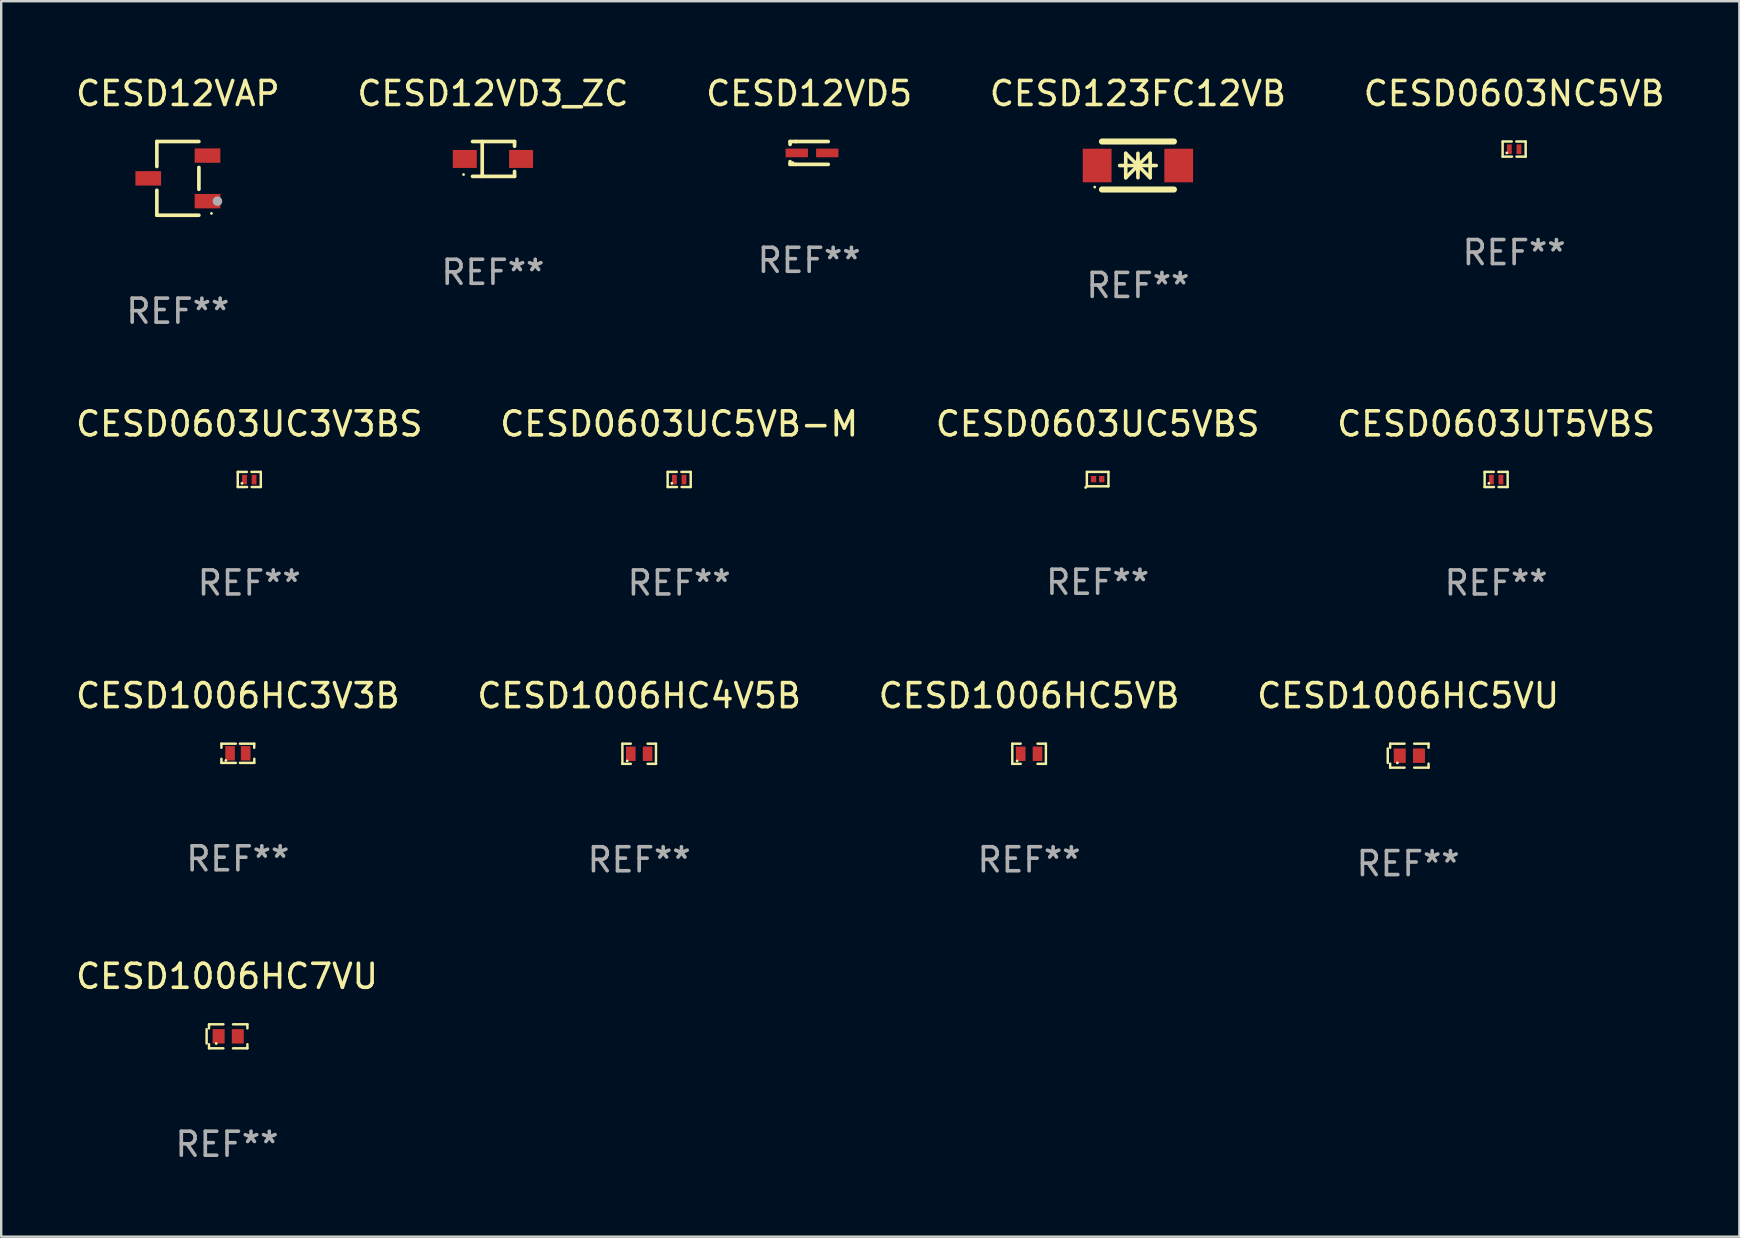
<source format=kicad_pcb>
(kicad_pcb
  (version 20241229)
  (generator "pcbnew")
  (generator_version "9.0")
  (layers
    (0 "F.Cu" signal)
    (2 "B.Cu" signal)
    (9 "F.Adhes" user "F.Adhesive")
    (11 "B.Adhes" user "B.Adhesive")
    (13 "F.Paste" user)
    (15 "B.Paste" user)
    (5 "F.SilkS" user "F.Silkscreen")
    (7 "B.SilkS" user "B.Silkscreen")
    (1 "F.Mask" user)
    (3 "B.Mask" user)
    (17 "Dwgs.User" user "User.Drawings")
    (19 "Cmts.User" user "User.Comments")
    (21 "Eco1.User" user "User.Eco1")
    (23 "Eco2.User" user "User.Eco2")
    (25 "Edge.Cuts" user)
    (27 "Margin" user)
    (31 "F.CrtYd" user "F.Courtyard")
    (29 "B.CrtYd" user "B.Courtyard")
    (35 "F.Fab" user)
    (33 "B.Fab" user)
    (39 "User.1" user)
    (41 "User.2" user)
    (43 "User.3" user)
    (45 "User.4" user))
  (footprint "CESD12VAP"
    (layer "F.Cu")
    (at 4.363 4.384)
    (property "Reference" "CESD12VAP" (at 0 -3.536 0) (layer "F.SilkS") (effects (font (size 1 1) (thickness 0.15))))
    (attr through_hole)
    (fp_line (start -0.876 -1.536) (end -0.876 -0.495) (stroke (width 0.152) (type solid)) (layer "F.SilkS"))
    (fp_line (start -0.876 1.536) (end -0.876 0.495) (stroke (width 0.152) (type solid)) (layer "F.SilkS"))
    (fp_line (start 0.876 -1.536) (end -0.876 -1.536) (stroke (width 0.152) (type solid)) (layer "F.SilkS"))
    (fp_line (start 0.876 -0.455) (end 0.876 0.455) (stroke (width 0.152) (type solid)) (layer "F.SilkS"))
    (fp_line (start 0.876 1.536) (end -0.876 1.536) (stroke (width 0.152) (type solid)) (layer "F.SilkS"))
    (fp_circle (center 1.4 1.46) (end 1.43 1.46) (stroke (width 0.06) (type solid)) (fill no) (layer "F.SilkS"))
    (fp_circle (center 1.651 0.95) (end 1.751 0.95) (stroke (width 0.2) (type solid)) (fill no) (layer "F.Fab"))
    (fp_text user "REF**" (at 0 5.536 0) (layer "F.Fab") (effects (font (size 1 1) (thickness 0.15))))
    (pad "1" smd rect (at 1.235 0.95) (size 1.07 0.6) (layers "F.Cu" "F.Mask" "F.Paste"))
    (pad "2" smd rect (at 1.235 -0.95) (size 1.07 0.6) (layers "F.Cu" "F.Mask" "F.Paste"))
    (pad "3" smd rect (at -1.235 0) (size 1.07 0.6) (layers "F.Cu" "F.Mask" "F.Paste")))
  (footprint "CESD1006HC7VU"
    (layer "F.Cu")
    (at 6.411 40.14)
    (property "Reference" "CESD1006HC7VU" (at 0 -2.5 0) (layer "F.SilkS") (effects (font (size 1 1) (thickness 0.15))))
    (attr through_hole)
    (fp_line (start -0.85 -0.3) (end -0.85 0.3) (stroke (width 0.102) (type solid)) (layer "F.SilkS"))
    (fp_line (start -0.75 -0.5) (end -0.75 -0.329) (stroke (width 0.102) (type solid)) (layer "F.SilkS"))
    (fp_line (start -0.75 0.329) (end -0.75 0.5) (stroke (width 0.102) (type solid)) (layer "F.SilkS"))
    (fp_line (start -0.75 0.5) (end -0.15 0.5) (stroke (width 0.102) (type solid)) (layer "F.SilkS"))
    (fp_line (start -0.15 -0.5) (end -0.75 -0.5) (stroke (width 0.102) (type solid)) (layer "F.SilkS"))
    (fp_line (start 0.25 -0.5) (end 0.85 -0.5) (stroke (width 0.102) (type solid)) (layer "F.SilkS"))
    (fp_line (start 0.85 -0.5) (end 0.85 -0.33) (stroke (width 0.102) (type solid)) (layer "F.SilkS"))
    (fp_line (start 0.85 0.33) (end 0.85 0.5) (stroke (width 0.102) (type solid)) (layer "F.SilkS"))
    (fp_line (start 0.85 0.5) (end 0.25 0.5) (stroke (width 0.102) (type solid)) (layer "F.SilkS"))
    (fp_circle (center -0.45 0.3) (end -0.42 0.3) (stroke (width 0.06) (type solid)) (fill no) (layer "F.SilkS"))
    (fp_text user "REF**" (at 0 4.5 0) (layer "F.Fab") (effects (font (size 1 1) (thickness 0.15))))
    (pad "1" smd rect (at -0.35 0) (size 0.5 0.6) (layers "F.Cu" "F.Mask" "F.Paste"))
    (pad "2" smd rect (at 0.45 0) (size 0.5 0.6) (layers "F.Cu" "F.Mask" "F.Paste")))
  (footprint "CESD0603UC5VBS"
    (layer "F.Cu")
    (at 42.696 16.917)
    (property "Reference" "CESD0603UC5VBS" (at 0 -2.3 0) (layer "F.SilkS") (effects (font (size 1 1) (thickness 0.15))))
    (attr through_hole)
    (fp_line (start -0.45 -0.3) (end 0.45 -0.3) (stroke (width 0.102) (type solid)) (layer "F.SilkS"))
    (fp_line (start -0.45 0.3) (end -0.45 -0.3) (stroke (width 0.102) (type solid)) (layer "F.SilkS"))
    (fp_line (start 0.45 -0.3) (end 0.45 0.3) (stroke (width 0.102) (type solid)) (layer "F.SilkS"))
    (fp_line (start 0.45 0.3) (end -0.45 0.3) (stroke (width 0.102) (type solid)) (layer "F.SilkS"))
    (fp_circle (center -0.501 0.351) (end -0.471 0.351) (stroke (width 0.06) (type solid)) (fill no) (layer "F.SilkS"))
    (fp_text user "REF**" (at 0 4.3 0) (layer "F.Fab") (effects (font (size 1 1) (thickness 0.15))))
    (pad "1" smd rect (at -0.17 0 90) (size 0.26 0.22) (layers "F.Cu" "F.Mask" "F.Paste"))
    (pad "2" smd rect (at 0.17 0 90) (size 0.26 0.22) (layers "F.Cu" "F.Mask" "F.Paste")))
  (footprint "CESD1006HC4V5B"
    (layer "F.Cu")
    (at 23.589 28.364)
    (property "Reference" "CESD1006HC4V5B" (at 0 -2.42 0) (layer "F.SilkS") (effects (font (size 1 1) (thickness 0.15))))
    (attr through_hole)
    (fp_line (start -0.7 -0.42) (end -0.7 0.42) (stroke (width 0.102) (type solid)) (layer "F.SilkS"))
    (fp_line (start -0.7 0.42) (end -0.35 0.42) (stroke (width 0.102) (type solid)) (layer "F.SilkS"))
    (fp_line (start -0.35 -0.42) (end -0.7 -0.42) (stroke (width 0.102) (type solid)) (layer "F.SilkS"))
    (fp_line (start 0.35 0.42) (end 0.7 0.42) (stroke (width 0.102) (type solid)) (layer "F.SilkS"))
    (fp_line (start 0.7 -0.42) (end 0.35 -0.42) (stroke (width 0.102) (type solid)) (layer "F.SilkS"))
    (fp_line (start 0.7 0.42) (end 0.7 -0.42) (stroke (width 0.102) (type solid)) (layer "F.SilkS"))
    (fp_circle (center -0.5 0.3) (end -0.47 0.3) (stroke (width 0.06) (type solid)) (fill no) (layer "F.SilkS"))
    (fp_text user "REF**" (at 0 4.42 0) (layer "F.Fab") (effects (font (size 1 1) (thickness 0.15))))
    (pad "1" smd rect (at -0.35 0) (size 0.4 0.6) (layers "F.Cu" "F.Mask" "F.Paste"))
    (pad "2" smd rect (at 0.35 0) (size 0.4 0.6) (layers "F.Cu" "F.Mask" "F.Paste")))
  (footprint "CESD1006HC5VU"
    (layer "F.Cu")
    (at 55.637 28.444)
    (property "Reference" "CESD1006HC5VU" (at 0 -2.5 0) (layer "F.SilkS") (effects (font (size 1 1) (thickness 0.15))))
    (attr through_hole)
    (fp_line (start -0.85 -0.3) (end -0.85 0.3) (stroke (width 0.102) (type solid)) (layer "F.SilkS"))
    (fp_line (start -0.75 -0.5) (end -0.75 -0.329) (stroke (width 0.102) (type solid)) (layer "F.SilkS"))
    (fp_line (start -0.75 0.329) (end -0.75 0.5) (stroke (width 0.102) (type solid)) (layer "F.SilkS"))
    (fp_line (start -0.75 0.5) (end -0.15 0.5) (stroke (width 0.102) (type solid)) (layer "F.SilkS"))
    (fp_line (start -0.15 -0.5) (end -0.75 -0.5) (stroke (width 0.102) (type solid)) (layer "F.SilkS"))
    (fp_line (start 0.25 -0.5) (end 0.85 -0.5) (stroke (width 0.102) (type solid)) (layer "F.SilkS"))
    (fp_line (start 0.85 -0.5) (end 0.85 -0.33) (stroke (width 0.102) (type solid)) (layer "F.SilkS"))
    (fp_line (start 0.85 0.33) (end 0.85 0.5) (stroke (width 0.102) (type solid)) (layer "F.SilkS"))
    (fp_line (start 0.85 0.5) (end 0.25 0.5) (stroke (width 0.102) (type solid)) (layer "F.SilkS"))
    (fp_circle (center -0.45 0.3) (end -0.42 0.3) (stroke (width 0.06) (type solid)) (fill no) (layer "F.SilkS"))
    (fp_text user "REF**" (at 0 4.5 0) (layer "F.Fab") (effects (font (size 1 1) (thickness 0.15))))
    (pad "1" smd rect (at -0.35 0) (size 0.5 0.6) (layers "F.Cu" "F.Mask" "F.Paste"))
    (pad "2" smd rect (at 0.45 0) (size 0.5 0.6) (layers "F.Cu" "F.Mask" "F.Paste")))
  (footprint "CESD1006HC5VB"
    (layer "F.Cu")
    (at 39.839 28.364)
    (property "Reference" "CESD1006HC5VB" (at 0 -2.42 0) (layer "F.SilkS") (effects (font (size 1 1) (thickness 0.15))))
    (attr through_hole)
    (fp_line (start -0.7 -0.42) (end -0.7 0.42) (stroke (width 0.102) (type solid)) (layer "F.SilkS"))
    (fp_line (start -0.7 0.42) (end -0.35 0.42) (stroke (width 0.102) (type solid)) (layer "F.SilkS"))
    (fp_line (start -0.35 -0.42) (end -0.7 -0.42) (stroke (width 0.102) (type solid)) (layer "F.SilkS"))
    (fp_line (start 0.35 0.42) (end 0.7 0.42) (stroke (width 0.102) (type solid)) (layer "F.SilkS"))
    (fp_line (start 0.7 -0.42) (end 0.35 -0.42) (stroke (width 0.102) (type solid)) (layer "F.SilkS"))
    (fp_line (start 0.7 0.42) (end 0.7 -0.42) (stroke (width 0.102) (type solid)) (layer "F.SilkS"))
    (fp_circle (center -0.5 0.3) (end -0.47 0.3) (stroke (width 0.06) (type solid)) (fill no) (layer "F.SilkS"))
    (fp_text user "REF**" (at 0 4.42 0) (layer "F.Fab") (effects (font (size 1 1) (thickness 0.15))))
    (pad "1" smd rect (at -0.35 0) (size 0.4 0.6) (layers "F.Cu" "F.Mask" "F.Paste"))
    (pad "2" smd rect (at 0.35 0) (size 0.4 0.6) (layers "F.Cu" "F.Mask" "F.Paste")))
  (footprint "CESD0603UC5VB-M"
    (layer "F.Cu")
    (at 25.256 16.932)
    (property "Reference" "CESD0603UC5VB-M" (at 0 -2.315 0) (layer "F.SilkS") (effects (font (size 1 1) (thickness 0.15))))
    (attr through_hole)
    (fp_line (start -0.48 -0.315) (end -0.48 0.315) (stroke (width 0.102) (type solid)) (layer "F.SilkS"))
    (fp_line (start -0.48 0.315) (end -0.09 0.315) (stroke (width 0.102) (type solid)) (layer "F.SilkS"))
    (fp_line (start -0.48 -0.315) (end -0.1 -0.315) (stroke (width 0.102) (type solid)) (layer "F.SilkS"))
    (fp_line (start 0.48 0.315) (end 0.1 0.315) (stroke (width 0.102) (type solid)) (layer "F.SilkS"))
    (fp_line (start 0.48 -0.315) (end 0.09 -0.315) (stroke (width 0.102) (type solid)) (layer "F.SilkS"))
    (fp_line (start 0.48 0.315) (end 0.48 -0.315) (stroke (width 0.102) (type solid)) (layer "F.SilkS"))
    (fp_circle (center -0.305 0.16) (end -0.275 0.16) (stroke (width 0.06) (type solid)) (fill no) (layer "F.SilkS"))
    (fp_text user "REF**" (at 0 4.315 0) (layer "F.Fab") (effects (font (size 1 1) (thickness 0.15))))
    (pad "1" smd rect (at -0.2 0.005) (size 0.2 0.4) (layers "F.Cu" "F.Mask" "F.Paste"))
    (pad "2" smd rect (at 0.2 0.005) (size 0.2 0.4) (layers "F.Cu" "F.Mask" "F.Paste")))
  (footprint "CESD0603UT5VBS"
    (layer "F.Cu")
    (at 59.304 16.932)
    (property "Reference" "CESD0603UT5VBS" (at 0 -2.315 0) (layer "F.SilkS") (effects (font (size 1 1) (thickness 0.15))))
    (attr through_hole)
    (fp_line (start -0.48 -0.315) (end -0.48 0.315) (stroke (width 0.102) (type solid)) (layer "F.SilkS"))
    (fp_line (start -0.48 0.315) (end -0.09 0.315) (stroke (width 0.102) (type solid)) (layer "F.SilkS"))
    (fp_line (start -0.48 -0.315) (end -0.1 -0.315) (stroke (width 0.102) (type solid)) (layer "F.SilkS"))
    (fp_line (start 0.48 0.315) (end 0.1 0.315) (stroke (width 0.102) (type solid)) (layer "F.SilkS"))
    (fp_line (start 0.48 -0.315) (end 0.09 -0.315) (stroke (width 0.102) (type solid)) (layer "F.SilkS"))
    (fp_line (start 0.48 0.315) (end 0.48 -0.315) (stroke (width 0.102) (type solid)) (layer "F.SilkS"))
    (fp_circle (center -0.305 0.16) (end -0.275 0.16) (stroke (width 0.06) (type solid)) (fill no) (layer "F.SilkS"))
    (fp_text user "REF**" (at 0 4.315 0) (layer "F.Fab") (effects (font (size 1 1) (thickness 0.15))))
    (pad "1" smd rect (at -0.2 0.005) (size 0.2 0.4) (layers "F.Cu" "F.Mask" "F.Paste"))
    (pad "2" smd rect (at 0.2 0.005) (size 0.2 0.4) (layers "F.Cu" "F.Mask" "F.Paste")))
  (footprint "CESD12VD3_ZC"
    (layer "F.Cu")
    (at 17.494 3.574)
    (property "Reference" "CESD12VD3_ZC" (at 0 -2.726 0) (layer "F.SilkS") (effects (font (size 1 1) (thickness 0.15))))
    (attr through_hole)
    (fp_line (start -0.851 -0.726) (end 0.901 -0.726) (stroke (width 0.152) (type solid)) (layer "F.SilkS"))
    (fp_line (start -0.851 0.726) (end 0.901 0.726) (stroke (width 0.152) (type solid)) (layer "F.SilkS"))
    (fp_line (start -0.447 -0.726) (end -0.447 0.726) (stroke (width 0.152) (type solid)) (layer "F.SilkS"))
    (fp_line (start 0.901 -0.726) (end 0.901 -0.53) (stroke (width 0.152) (type solid)) (layer "F.SilkS"))
    (fp_line (start 0.901 0.726) (end 0.901 0.52) (stroke (width 0.152) (type solid)) (layer "F.SilkS"))
    (fp_circle (center -1.225 0.65) (end -1.195 0.65) (stroke (width 0.06) (type solid)) (fill no) (layer "F.SilkS"))
    (fp_text user "REF**" (at 0 4.726 0) (layer "F.Fab") (effects (font (size 1 1) (thickness 0.15))))
    (pad "1" smd rect (at -1.173 0) (size 1 0.75) (layers "F.Cu" "F.Mask" "F.Paste"))
    (pad "2" smd rect (at 1.173 0) (size 1 0.75) (layers "F.Cu" "F.Mask" "F.Paste")))
  (footprint "CESD123FC12VB"
    (layer "F.Cu")
    (at 44.375 3.848)
    (property "Reference" "CESD123FC12VB" (at 0 -3 0) (layer "F.SilkS") (effects (font (size 1 1) (thickness 0.15))))
    (attr through_hole)
    (fp_line (start -1.5 -1) (end 1.5 -1) (stroke (width 0.254) (type solid)) (layer "F.SilkS"))
    (fp_line (start -1.5 1) (end 1.5 1) (stroke (width 0.254) (type solid)) (layer "F.SilkS"))
    (fp_line (start -0.762 0) (end 0.762 0) (stroke (width 0.15) (type solid)) (layer "F.SilkS"))
    (fp_line (start -0.508 -0.508) (end -0.508 0.508) (stroke (width 0.15) (type solid)) (layer "F.SilkS"))
    (fp_line (start 0 -0.508) (end 0 0.508) (stroke (width 0.15) (type solid)) (layer "F.SilkS"))
    (fp_line (start 0 0) (end -0.508 -0.508) (stroke (width 0.15) (type solid)) (layer "F.SilkS"))
    (fp_line (start 0 0) (end -0.508 0.508) (stroke (width 0.15) (type solid)) (layer "F.SilkS"))
    (fp_line (start 0 0) (end 0.508 -0.508) (stroke (width 0.15) (type solid)) (layer "F.SilkS"))
    (fp_line (start 0 0) (end 0.508 0.508) (stroke (width 0.15) (type solid)) (layer "F.SilkS"))
    (fp_line (start 0 0.254) (end 0 -0.254) (stroke (width 0.15) (type solid)) (layer "F.SilkS"))
    (fp_line (start 0.508 0.508) (end 0.508 -0.508) (stroke (width 0.15) (type solid)) (layer "F.SilkS"))
    (fp_circle (center -1.8 0.9) (end -1.77 0.9) (stroke (width 0.06) (type solid)) (fill no) (layer "F.SilkS"))
    (fp_text user "REF**" (at 0 5 0) (layer "F.Fab") (effects (font (size 1 1) (thickness 0.15))))
    (pad "1" smd rect (at -1.7 0) (size 1.2 1.4) (layers "F.Cu" "F.Mask" "F.Paste"))
    (pad "2" smd rect (at 1.7 0) (size 1.2 1.4) (layers "F.Cu" "F.Mask" "F.Paste")))
  (footprint "CESD12VD5"
    (layer "F.Cu")
    (at 30.673 3.324)
    (property "Reference" "CESD12VD5" (at 0 -2.476 0) (layer "F.SilkS") (effects (font (size 1 1) (thickness 0.15))))
    (attr through_hole)
    (fp_line (start -0.795 -0.476) (end -0.795 -0.356) (stroke (width 0.152) (type solid)) (layer "F.SilkS"))
    (fp_line (start -0.795 0.363) (end -0.795 0.476) (stroke (width 0.152) (type solid)) (layer "F.SilkS"))
    (fp_line (start -0.795 0.476) (end -0.557 0.476) (stroke (width 0.152) (type solid)) (layer "F.SilkS"))
    (fp_line (start -0.557 -0.476) (end -0.795 -0.476) (stroke (width 0.152) (type solid)) (layer "F.SilkS"))
    (fp_line (start -0.557 -0.476) (end 0.795 -0.476) (stroke (width 0.152) (type solid)) (layer "F.SilkS"))
    (fp_line (start -0.557 0.476) (end 0.795 0.476) (stroke (width 0.152) (type solid)) (layer "F.SilkS"))
    (fp_circle (center -0.681 0.4) (end -0.651 0.4) (stroke (width 0.06) (type solid)) (fill no) (layer "F.SilkS"))
    (fp_text user "REF**" (at 0 4.476 0) (layer "F.Fab") (effects (font (size 1 1) (thickness 0.15))))
    (pad "1" smd rect (at -0.516 0 180) (size 0.93 0.36) (layers "F.Cu" "F.Mask" "F.Paste"))
    (pad "2" smd rect (at 0.754 0 180) (size 0.93 0.36) (layers "F.Cu" "F.Mask" "F.Paste")))
  (footprint "CESD0603NC5VB"
    (layer "F.Cu")
    (at 60.054 3.163)
    (property "Reference" "CESD0603NC5VB" (at 0 -2.315 0) (layer "F.SilkS") (effects (font (size 1 1) (thickness 0.15))))
    (attr through_hole)
    (fp_line (start -0.48 -0.315) (end -0.48 0.315) (stroke (width 0.102) (type solid)) (layer "F.SilkS"))
    (fp_line (start -0.48 0.315) (end -0.09 0.315) (stroke (width 0.102) (type solid)) (layer "F.SilkS"))
    (fp_line (start -0.48 -0.315) (end -0.1 -0.315) (stroke (width 0.102) (type solid)) (layer "F.SilkS"))
    (fp_line (start 0.48 0.315) (end 0.1 0.315) (stroke (width 0.102) (type solid)) (layer "F.SilkS"))
    (fp_line (start 0.48 -0.315) (end 0.09 -0.315) (stroke (width 0.102) (type solid)) (layer "F.SilkS"))
    (fp_line (start 0.48 0.315) (end 0.48 -0.315) (stroke (width 0.102) (type solid)) (layer "F.SilkS"))
    (fp_circle (center -0.305 0.16) (end -0.275 0.16) (stroke (width 0.06) (type solid)) (fill no) (layer "F.SilkS"))
    (fp_text user "REF**" (at 0 4.315 0) (layer "F.Fab") (effects (font (size 1 1) (thickness 0.15))))
    (pad "1" smd rect (at -0.2 0.005) (size 0.2 0.4) (layers "F.Cu" "F.Mask" "F.Paste"))
    (pad "2" smd rect (at 0.2 0.005) (size 0.2 0.4) (layers "F.Cu" "F.Mask" "F.Paste")))
  (footprint "CESD1006HC3V3B"
    (layer "F.Cu")
    (at 6.863 28.344)
    (property "Reference" "CESD1006HC3V3B" (at 0 -2.4 0) (layer "F.SilkS") (effects (font (size 1 1) (thickness 0.15))))
    (attr through_hole)
    (fp_line (start -0.685 -0.4) (end -0.685 -0.23) (stroke (width 0.102) (type solid)) (layer "F.SilkS"))
    (fp_line (start -0.685 0.4) (end -0.685 0.23) (stroke (width 0.102) (type solid)) (layer "F.SilkS"))
    (fp_line (start -0.085 -0.4) (end -0.685 -0.4) (stroke (width 0.102) (type solid)) (layer "F.SilkS"))
    (fp_line (start -0.085 0.4) (end -0.685 0.4) (stroke (width 0.102) (type solid)) (layer "F.SilkS"))
    (fp_line (start 0.082 -0.4) (end 0.682 -0.4) (stroke (width 0.102) (type solid)) (layer "F.SilkS"))
    (fp_line (start 0.085 0.4) (end 0.685 0.4) (stroke (width 0.102) (type solid)) (layer "F.SilkS"))
    (fp_line (start 0.682 -0.4) (end 0.682 -0.23) (stroke (width 0.102) (type solid)) (layer "F.SilkS"))
    (fp_line (start 0.685 0.4) (end 0.685 0.23) (stroke (width 0.102) (type solid)) (layer "F.SilkS"))
    (fp_circle (center -0.5 0.3) (end -0.47 0.3) (stroke (width 0.06) (type solid)) (fill no) (layer "F.SilkS"))
    (fp_text user "REF**" (at 0 4.4 0) (layer "F.Fab") (effects (font (size 1 1) (thickness 0.15))))
    (pad "1" smd rect (at -0.325 0) (size 0.4 0.6) (layers "F.Cu" "F.Mask" "F.Paste"))
    (pad "2" smd rect (at 0.325 0) (size 0.4 0.6) (layers "F.Cu" "F.Mask" "F.Paste")))
  (footprint "CESD0603UC3V3BS"
    (layer "F.Cu")
    (at 7.339 16.932)
    (property "Reference" "CESD0603UC3V3BS" (at 0 -2.315 0) (layer "F.SilkS") (effects (font (size 1 1) (thickness 0.15))))
    (attr through_hole)
    (fp_line (start -0.48 -0.315) (end -0.48 0.315) (stroke (width 0.102) (type solid)) (layer "F.SilkS"))
    (fp_line (start -0.48 0.315) (end -0.09 0.315) (stroke (width 0.102) (type solid)) (layer "F.SilkS"))
    (fp_line (start -0.48 -0.315) (end -0.1 -0.315) (stroke (width 0.102) (type solid)) (layer "F.SilkS"))
    (fp_line (start 0.48 0.315) (end 0.1 0.315) (stroke (width 0.102) (type solid)) (layer "F.SilkS"))
    (fp_line (start 0.48 -0.315) (end 0.09 -0.315) (stroke (width 0.102) (type solid)) (layer "F.SilkS"))
    (fp_line (start 0.48 0.315) (end 0.48 -0.315) (stroke (width 0.102) (type solid)) (layer "F.SilkS"))
    (fp_circle (center -0.305 0.16) (end -0.275 0.16) (stroke (width 0.06) (type solid)) (fill no) (layer "F.SilkS"))
    (fp_text user "REF**" (at 0 4.315 0) (layer "F.Fab") (effects (font (size 1 1) (thickness 0.15))))
    (pad "1" smd rect (at -0.2 0.005) (size 0.2 0.4) (layers "F.Cu" "F.Mask" "F.Paste"))
    (pad "2" smd rect (at 0.2 0.005) (size 0.2 0.4) (layers "F.Cu" "F.Mask" "F.Paste")))
  (gr_rect
    (start -3 -3)
    (end 69.44 48.489)
    (stroke (width 0.1) (type default))
    (fill no)
    (layer "Edge.Cuts")))
</source>
